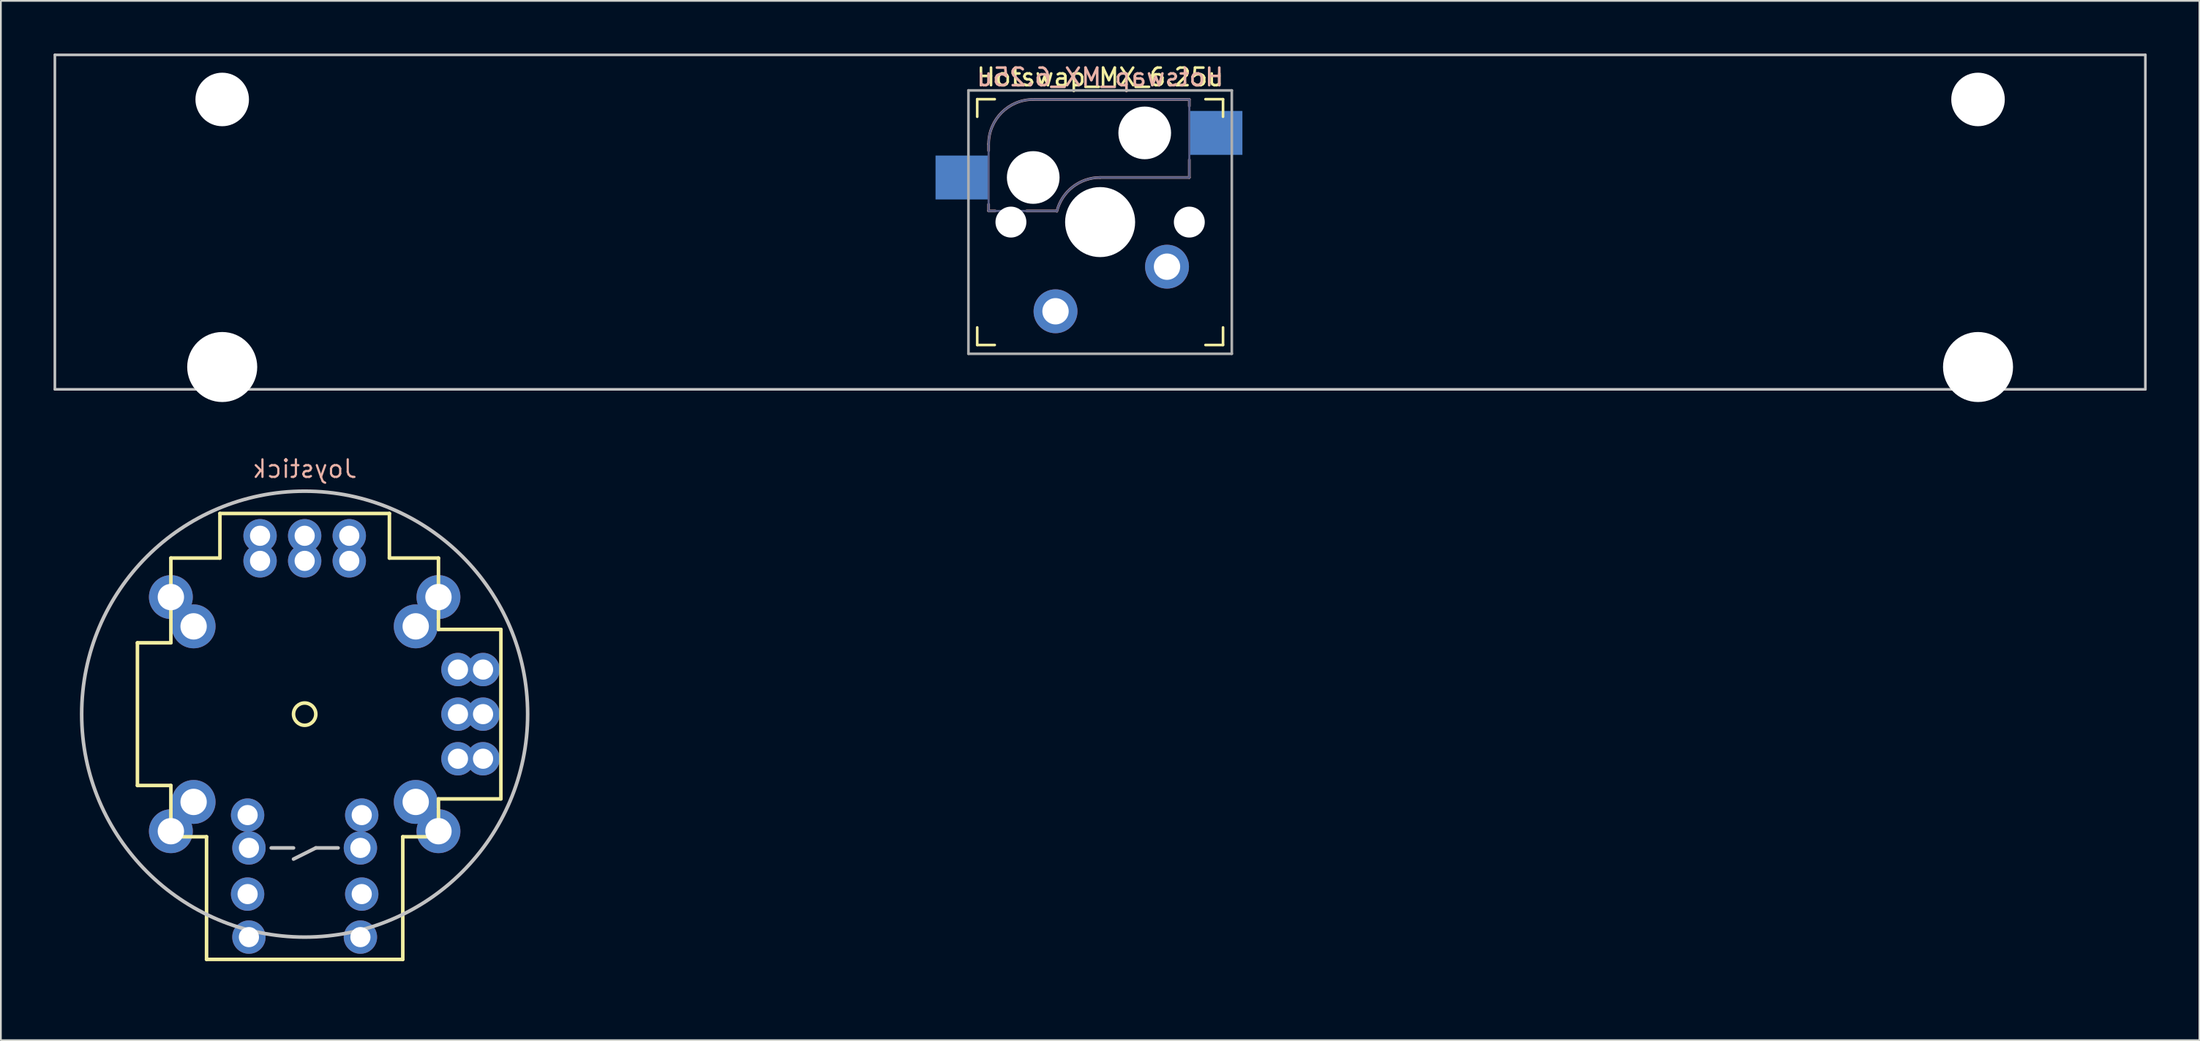
<source format=kicad_pcb>
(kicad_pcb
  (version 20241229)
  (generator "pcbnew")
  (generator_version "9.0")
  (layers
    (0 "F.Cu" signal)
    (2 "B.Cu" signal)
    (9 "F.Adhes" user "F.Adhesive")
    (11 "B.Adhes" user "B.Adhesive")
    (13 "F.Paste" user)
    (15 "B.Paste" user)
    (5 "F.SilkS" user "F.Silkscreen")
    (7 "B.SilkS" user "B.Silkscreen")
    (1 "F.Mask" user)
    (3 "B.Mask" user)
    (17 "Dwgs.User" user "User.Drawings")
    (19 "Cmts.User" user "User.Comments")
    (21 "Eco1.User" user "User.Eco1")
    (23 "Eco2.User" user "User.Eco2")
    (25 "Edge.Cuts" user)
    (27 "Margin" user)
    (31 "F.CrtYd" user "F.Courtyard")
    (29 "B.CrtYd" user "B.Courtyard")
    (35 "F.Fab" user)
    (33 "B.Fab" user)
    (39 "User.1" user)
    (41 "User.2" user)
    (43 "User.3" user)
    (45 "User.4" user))
  (footprint "Hotswap_MX_6.25u"
    (layer "F.Cu")
    (at 59.606 9.6)
    (property "Reference" "Hotswap_MX_6.25u" (at 0 -8.255 0) (layer "F.SilkS") (effects (font (size 1 1) (thickness 0.15))))
    (attr through_hole)
    (fp_line (start -7 -6) (end -7 -7) (stroke (width 0.15) (type solid)) (layer "F.SilkS"))
    (fp_line (start -7 7) (end -7 6) (stroke (width 0.15) (type solid)) (layer "F.SilkS"))
    (fp_line (start -7 7) (end -6 7) (stroke (width 0.15) (type solid)) (layer "F.SilkS"))
    (fp_line (start -6 -7) (end -7 -7) (stroke (width 0.15) (type solid)) (layer "F.SilkS"))
    (fp_line (start 6 7) (end 7 7) (stroke (width 0.15) (type solid)) (layer "F.SilkS"))
    (fp_line (start 7 -7) (end 6 -7) (stroke (width 0.15) (type solid)) (layer "F.SilkS"))
    (fp_line (start 7 -7) (end 7 -6) (stroke (width 0.15) (type solid)) (layer "F.SilkS"))
    (fp_line (start 7 6) (end 7 7) (stroke (width 0.15) (type solid)) (layer "F.SilkS"))
    (fp_line (start -6.35 -4.445) (end -6.35 -4.064) (stroke (width 0.15) (type solid)) (layer "B.SilkS"))
    (fp_line (start -6.35 -1.016) (end -6.35 -0.635) (stroke (width 0.15) (type solid)) (layer "B.SilkS"))
    (fp_line (start -6.35 -0.635) (end -5.969 -0.635) (stroke (width 0.15) (type solid)) (layer "B.SilkS"))
    (fp_line (start -4.191 -0.635) (end -2.54 -0.635) (stroke (width 0.15) (type solid)) (layer "B.SilkS"))
    (fp_line (start 0 -2.54) (end 5.08 -2.54) (stroke (width 0.15) (type solid)) (layer "B.SilkS"))
    (fp_line (start 5.08 -6.985) (end -3.81 -6.985) (stroke (width 0.15) (type solid)) (layer "B.SilkS"))
    (fp_line (start 5.08 -6.604) (end 5.08 -6.985) (stroke (width 0.15) (type solid)) (layer "B.SilkS"))
    (fp_line (start 5.08 -2.54) (end 5.08 -3.556) (stroke (width 0.15) (type solid)) (layer "B.SilkS"))
    (fp_arc (start -6.35 -4.445) (mid -5.606051 -6.241051) (end -3.81 -6.985) (stroke (width 0.15) (type solid)) (layer "B.SilkS"))
    (fp_arc (start -2.464162 -0.61604) (mid -1.563147 -2.002042) (end 0 -2.54) (stroke (width 0.15) (type solid)) (layer "B.SilkS"))
    (fp_line (start -59.531 -9.525) (end 59.531 -9.525) (stroke (width 0.15) (type solid)) (layer "Dwgs.User"))
    (fp_line (start -59.531 9.525) (end -59.531 -9.525) (stroke (width 0.15) (type solid)) (layer "Dwgs.User"))
    (fp_line (start -59.531 9.525) (end 59.531 9.525) (stroke (width 0.15) (type solid)) (layer "Dwgs.User"))
    (fp_line (start 59.531 -9.525) (end 59.531 9.525) (stroke (width 0.15) (type solid)) (layer "Dwgs.User"))
    (fp_line (start -51.651 -5.334) (end -51.651 6.096) (stroke (width 0.152) (type solid)) (layer "Eco2.User"))
    (fp_line (start -51.651 6.096) (end -48.349 6.096) (stroke (width 0.152) (type solid)) (layer "Eco2.User"))
    (fp_line (start -48.349 -5.334) (end -51.651 -5.334) (stroke (width 0.152) (type solid)) (layer "Eco2.User"))
    (fp_line (start -48.349 6.096) (end -48.349 -5.334) (stroke (width 0.152) (type solid)) (layer "Eco2.User"))
    (fp_line (start -6.9 6.9) (end -6.9 -6.9) (stroke (width 0.15) (type solid)) (layer "Eco2.User"))
    (fp_line (start -6.9 6.9) (end 6.9 6.9) (stroke (width 0.15) (type solid)) (layer "Eco2.User"))
    (fp_line (start 6.9 -6.9) (end -6.9 -6.9) (stroke (width 0.15) (type solid)) (layer "Eco2.User"))
    (fp_line (start 6.9 -6.9) (end 6.9 6.9) (stroke (width 0.15) (type solid)) (layer "Eco2.User"))
    (fp_line (start 48.349 -5.334) (end 48.349 6.096) (stroke (width 0.152) (type solid)) (layer "Eco2.User"))
    (fp_line (start 48.349 6.096) (end 51.651 6.096) (stroke (width 0.152) (type solid)) (layer "Eco2.User"))
    (fp_line (start 51.651 -5.334) (end 48.349 -5.334) (stroke (width 0.152) (type solid)) (layer "Eco2.User"))
    (fp_line (start 51.651 6.096) (end 51.651 -5.334) (stroke (width 0.152) (type solid)) (layer "Eco2.User"))
    (fp_line (start -6.35 -4.445) (end -6.35 -0.635) (stroke (width 0.12) (type solid)) (layer "B.Fab"))
    (fp_line (start -6.35 -0.635) (end -2.54 -0.635) (stroke (width 0.12) (type solid)) (layer "B.Fab"))
    (fp_line (start 0 -2.54) (end 5.08 -2.54) (stroke (width 0.12) (type solid)) (layer "B.Fab"))
    (fp_line (start 5.08 -6.985) (end -3.81 -6.985) (stroke (width 0.12) (type solid)) (layer "B.Fab"))
    (fp_line (start 5.08 -2.54) (end 5.08 -6.985) (stroke (width 0.12) (type solid)) (layer "B.Fab"))
    (fp_arc (start -6.35 -4.445) (mid -5.606051 -6.241051) (end -3.81 -6.985) (stroke (width 0.12) (type solid)) (layer "B.Fab"))
    (fp_arc (start -2.464162 -0.61604) (mid -1.563147 -2.002042) (end 0 -2.54) (stroke (width 0.12) (type solid)) (layer "B.Fab"))
    (fp_line (start -7.5 -7.5) (end 7.5 -7.5) (stroke (width 0.15) (type solid)) (layer "F.Fab"))
    (fp_line (start -7.5 7.5) (end -7.5 -7.5) (stroke (width 0.15) (type solid)) (layer "F.Fab"))
    (fp_line (start 7.5 -7.5) (end 7.5 7.5) (stroke (width 0.15) (type solid)) (layer "F.Fab"))
    (fp_line (start 7.5 7.5) (end -7.5 7.5) (stroke (width 0.15) (type solid)) (layer "F.Fab"))
    (fp_text user "${REFERENCE}" (at 0 -8.255 0) (layer "B.SilkS") (effects (font (size 1 1) (thickness 0.15)) (justify mirror)))
    (pad "" np_thru_hole circle (at -50 -6.985) (size 3.048 3.048) (drill 3.048) (layers "*.Cu" "*.Mask"))
    (pad "" np_thru_hole circle (at -50 8.255) (size 3.988 3.988) (drill 3.988) (layers "*.Cu" "*.Mask"))
    (pad "" np_thru_hole circle (at -5.08 0 180) (size 1.76 1.76) (drill 1.76) (layers "*.Cu" "*.Mask"))
    (pad "" np_thru_hole circle (at -3.81 -2.54 180) (size 3 3) (drill 3) (layers "*.Cu" "*.Mask"))
    (pad "" np_thru_hole circle (at 0 0 180) (size 3.988 3.988) (drill 3.988) (layers "*.Cu" "*.Mask"))
    (pad "" np_thru_hole circle (at 2.54 -5.08 180) (size 3 3) (drill 3) (layers "*.Cu" "*.Mask"))
    (pad "" np_thru_hole circle (at 5.08 0 180) (size 1.76 1.76) (drill 1.76) (layers "*.Cu" "*.Mask"))
    (pad "" np_thru_hole circle (at 50 -6.985) (size 3.048 3.048) (drill 3.048) (layers "*.Cu" "*.Mask"))
    (pad "" np_thru_hole circle (at 50 8.255) (size 3.988 3.988) (drill 3.988) (layers "*.Cu" "*.Mask"))
    (pad "1" smd rect (at -7.874 -2.54 180) (size 3 2.5) (layers "B.Cu" "B.Mask" "B.Paste"))
    (pad "1" thru_hole circle (at 3.81 2.54 180) (size 2.5 2.5) (drill 1.5) (layers "*.Cu" "B.Mask"))
    (pad "2" thru_hole circle (at -2.54 5.08 180) (size 2.5 2.5) (drill 1.5) (layers "*.Cu" "B.Mask"))
    (pad "2" smd rect (at 6.604 -5.08 180) (size 3 2.5) (layers "B.Cu" "B.Mask" "B.Paste")))
  (footprint "Joystick"
    (layer "F.Cu")
    (at 14.302 37.627)
    (property "Reference" "Joystick" (at 0 -13.97 0) (layer "B.SilkS") (effects (font (size 1 1) (thickness 0.127)) (justify mirror)))
    (attr exclude_from_pos_files exclude_from_bom)
    (fp_line (start -9.525 4.064) (end -9.525 -4.064) (stroke (width 0.203) (type solid)) (layer "F.SilkS"))
    (fp_line (start -7.62 -4.064) (end -9.525 -4.064) (stroke (width 0.203) (type solid)) (layer "F.SilkS"))
    (fp_line (start -7.62 -4.064) (end -7.62 -8.89) (stroke (width 0.203) (type solid)) (layer "F.SilkS"))
    (fp_line (start -7.62 4.064) (end -9.525 4.064) (stroke (width 0.203) (type solid)) (layer "F.SilkS"))
    (fp_line (start -7.62 4.064) (end -7.62 6.985) (stroke (width 0.203) (type solid)) (layer "F.SilkS"))
    (fp_line (start -7.62 6.985) (end -5.588 6.985) (stroke (width 0.203) (type solid)) (layer "F.SilkS"))
    (fp_line (start -5.588 13.97) (end -5.588 6.985) (stroke (width 0.203) (type solid)) (layer "F.SilkS"))
    (fp_line (start -5.588 13.97) (end 5.588 13.97) (stroke (width 0.203) (type solid)) (layer "F.SilkS"))
    (fp_line (start -4.826 -11.43) (end -4.826 -8.89) (stroke (width 0.203) (type solid)) (layer "F.SilkS"))
    (fp_line (start -4.826 -11.43) (end 4.826 -11.43) (stroke (width 0.203) (type solid)) (layer "F.SilkS"))
    (fp_line (start -4.826 -8.89) (end -7.62 -8.89) (stroke (width 0.203) (type solid)) (layer "F.SilkS"))
    (fp_line (start 4.826 -11.43) (end 4.826 -8.89) (stroke (width 0.203) (type solid)) (layer "F.SilkS"))
    (fp_line (start 4.826 -8.89) (end 7.62 -8.89) (stroke (width 0.203) (type solid)) (layer "F.SilkS"))
    (fp_line (start 5.588 6.985) (end 7.62 6.985) (stroke (width 0.203) (type solid)) (layer "F.SilkS"))
    (fp_line (start 5.588 13.97) (end 5.588 6.985) (stroke (width 0.203) (type solid)) (layer "F.SilkS"))
    (fp_line (start 7.62 -4.826) (end 7.62 -8.89) (stroke (width 0.203) (type solid)) (layer "F.SilkS"))
    (fp_line (start 7.62 -4.826) (end 11.176 -4.826) (stroke (width 0.203) (type solid)) (layer "F.SilkS"))
    (fp_line (start 7.62 4.826) (end 7.62 6.985) (stroke (width 0.203) (type solid)) (layer "F.SilkS"))
    (fp_line (start 7.62 4.826) (end 11.176 4.826) (stroke (width 0.203) (type solid)) (layer "F.SilkS"))
    (fp_line (start 11.176 4.826) (end 11.176 -4.826) (stroke (width 0.203) (type solid)) (layer "F.SilkS"))
    (fp_circle (center 0 0) (end 0 0.635) (stroke (width 0.203) (type solid)) (fill no) (layer "F.SilkS"))
    (fp_line (start -0.635 7.62) (end -1.905 7.62) (stroke (width 0.203) (type solid)) (layer "Dwgs.User"))
    (fp_line (start 0.635 7.62) (end -0.635 8.255) (stroke (width 0.203) (type solid)) (layer "Dwgs.User"))
    (fp_line (start 1.905 7.62) (end 0.635 7.62) (stroke (width 0.203) (type solid)) (layer "Dwgs.User"))
    (fp_circle (center 0 0) (end 0 12.7) (stroke (width 0.203) (type solid)) (fill no) (layer "Dwgs.User"))
    (fp_line (start -11.025 5.564) (end -11.025 -5.564) (stroke (width 0.203) (type solid)) (layer "Eco1.User"))
    (fp_line (start -9.12 -5.564) (end -11.025 -5.564) (stroke (width 0.203) (type solid)) (layer "Eco1.User"))
    (fp_line (start -9.12 -5.564) (end -9.12 -10.39) (stroke (width 0.203) (type solid)) (layer "Eco1.User"))
    (fp_line (start -9.12 5.564) (end -11.025 5.564) (stroke (width 0.203) (type solid)) (layer "Eco1.User"))
    (fp_line (start -9.12 5.564) (end -9.12 8.485) (stroke (width 0.203) (type solid)) (layer "Eco1.User"))
    (fp_line (start -9.12 8.485) (end -7.088 8.485) (stroke (width 0.203) (type solid)) (layer "Eco1.User"))
    (fp_line (start -7.088 15.47) (end -7.088 8.485) (stroke (width 0.203) (type solid)) (layer "Eco1.User"))
    (fp_line (start -7.088 15.47) (end 7.088 15.47) (stroke (width 0.203) (type solid)) (layer "Eco1.User"))
    (fp_line (start -6.326 -12.93) (end -6.326 -10.39) (stroke (width 0.203) (type solid)) (layer "Eco1.User"))
    (fp_line (start -6.326 -12.93) (end 6.326 -12.93) (stroke (width 0.203) (type solid)) (layer "Eco1.User"))
    (fp_line (start -6.326 -10.39) (end -9.12 -10.39) (stroke (width 0.203) (type solid)) (layer "Eco1.User"))
    (fp_line (start 6.326 -12.93) (end 6.326 -10.39) (stroke (width 0.203) (type solid)) (layer "Eco1.User"))
    (fp_line (start 6.326 -10.39) (end 9.12 -10.39) (stroke (width 0.203) (type solid)) (layer "Eco1.User"))
    (fp_line (start 7.088 8.485) (end 9.12 8.485) (stroke (width 0.203) (type solid)) (layer "Eco1.User"))
    (fp_line (start 7.088 15.47) (end 7.088 8.485) (stroke (width 0.203) (type solid)) (layer "Eco1.User"))
    (fp_line (start 9.12 -6.326) (end 9.12 -10.39) (stroke (width 0.203) (type solid)) (layer "Eco1.User"))
    (fp_line (start 9.12 -6.326) (end 12.676 -6.326) (stroke (width 0.203) (type solid)) (layer "Eco1.User"))
    (fp_line (start 9.12 6.326) (end 9.12 8.485) (stroke (width 0.203) (type solid)) (layer "Eco1.User"))
    (fp_line (start 9.12 6.326) (end 12.676 6.326) (stroke (width 0.203) (type solid)) (layer "Eco1.User"))
    (fp_line (start 12.676 6.326) (end 12.676 -6.326) (stroke (width 0.203) (type solid)) (layer "Eco1.User"))
    (fp_circle (center 0 0) (end 14.2 0) (stroke (width 0.203) (type solid)) (fill no) (layer "Eco2.User"))
    (pad "B1" thru_hole circle (at -3.25 10.25 180) (size 1.9 1.9) (drill 1.15) (layers "*.Cu" "*.Mask"))
    (pad "B1" thru_hole circle (at -3.175 12.7 180) (size 1.9 1.9) (drill 1.15) (layers "*.Cu" "*.Mask"))
    (pad "B1" thru_hole circle (at 3.175 12.7 180) (size 1.9 1.9) (drill 1.15) (layers "*.Cu" "*.Mask"))
    (pad "B1" thru_hole circle (at 3.25 10.25 180) (size 1.9 1.9) (drill 1.15) (layers "*.Cu" "*.Mask"))
    (pad "B2" thru_hole circle (at -3.25 5.75 180) (size 1.9 1.9) (drill 1.15) (layers "*.Cu" "*.Mask"))
    (pad "B2" thru_hole circle (at -3.175 7.62 180) (size 1.9 1.9) (drill 1.15) (layers "*.Cu" "*.Mask"))
    (pad "B2" thru_hole circle (at 3.175 7.62 180) (size 1.9 1.9) (drill 1.15) (layers "*.Cu" "*.Mask"))
    (pad "B2" thru_hole circle (at 3.25 5.75 180) (size 1.9 1.9) (drill 1.15) (layers "*.Cu" "*.Mask"))
    (pad "H1" thru_hole circle (at 2.54 -10.16 180) (size 1.9 1.9) (drill 1.15) (layers "*.Cu" "*.Mask"))
    (pad "H1" thru_hole circle (at 2.54 -8.73 180) (size 1.9 1.9) (drill 1.15) (layers "*.Cu" "*.Mask"))
    (pad "H2" thru_hole circle (at 0 -10.16 180) (size 1.9 1.9) (drill 1.15) (layers "*.Cu" "*.Mask"))
    (pad "H2" thru_hole circle (at 0 -8.73 180) (size 1.9 1.9) (drill 1.15) (layers "*.Cu" "*.Mask"))
    (pad "H3" thru_hole circle (at -2.54 -10.16 180) (size 1.9 1.9) (drill 1.15) (layers "*.Cu" "*.Mask"))
    (pad "H3" thru_hole circle (at -2.54 -8.73 180) (size 1.9 1.9) (drill 1.15) (layers "*.Cu" "*.Mask"))
    (pad "MOUN" thru_hole circle (at -7.62 -6.668 180) (size 2.5 2.5) (drill 1.5) (layers "*.Cu" "*.Mask"))
    (pad "MOUN" thru_hole circle (at -7.62 6.668 180) (size 2.5 2.5) (drill 1.5) (layers "*.Cu" "*.Mask"))
    (pad "MOUN" thru_hole circle (at -6.325 -5 180) (size 2.5 2.5) (drill 1.5) (layers "*.Cu" "*.Mask"))
    (pad "MOUN" thru_hole circle (at -6.325 5 180) (size 2.5 2.5) (drill 1.5) (layers "*.Cu" "*.Mask"))
    (pad "MOUN" thru_hole circle (at 6.325 -5 180) (size 2.5 2.5) (drill 1.5) (layers "*.Cu" "*.Mask"))
    (pad "MOUN" thru_hole circle (at 6.325 5 180) (size 2.5 2.5) (drill 1.5) (layers "*.Cu" "*.Mask"))
    (pad "MOUN" thru_hole circle (at 7.62 -6.668 180) (size 2.5 2.5) (drill 1.5) (layers "*.Cu" "*.Mask"))
    (pad "MOUN" thru_hole circle (at 7.62 6.668 180) (size 2.5 2.5) (drill 1.5) (layers "*.Cu" "*.Mask"))
    (pad "V1" thru_hole circle (at 8.73 2.54 180) (size 1.9 1.9) (drill 1.15) (layers "*.Cu" "*.Mask"))
    (pad "V1" thru_hole circle (at 10.16 2.54 180) (size 1.9 1.9) (drill 1.15) (layers "*.Cu" "*.Mask"))
    (pad "V2" thru_hole circle (at 8.73 0 180) (size 1.9 1.9) (drill 1.15) (layers "*.Cu" "*.Mask"))
    (pad "V2" thru_hole circle (at 10.16 0 180) (size 1.9 1.9) (drill 1.15) (layers "*.Cu" "*.Mask"))
    (pad "V3" thru_hole circle (at 8.73 -2.54 180) (size 1.9 1.9) (drill 1.15) (layers "*.Cu" "*.Mask"))
    (pad "V3" thru_hole circle (at 10.16 -2.54 180) (size 1.9 1.9) (drill 1.15) (layers "*.Cu" "*.Mask")))
  (gr_rect
    (start -3 -3)
    (end 122.213 56.198)
    (stroke (width 0.1) (type default))
    (fill no)
    (layer "Edge.Cuts")))
</source>
